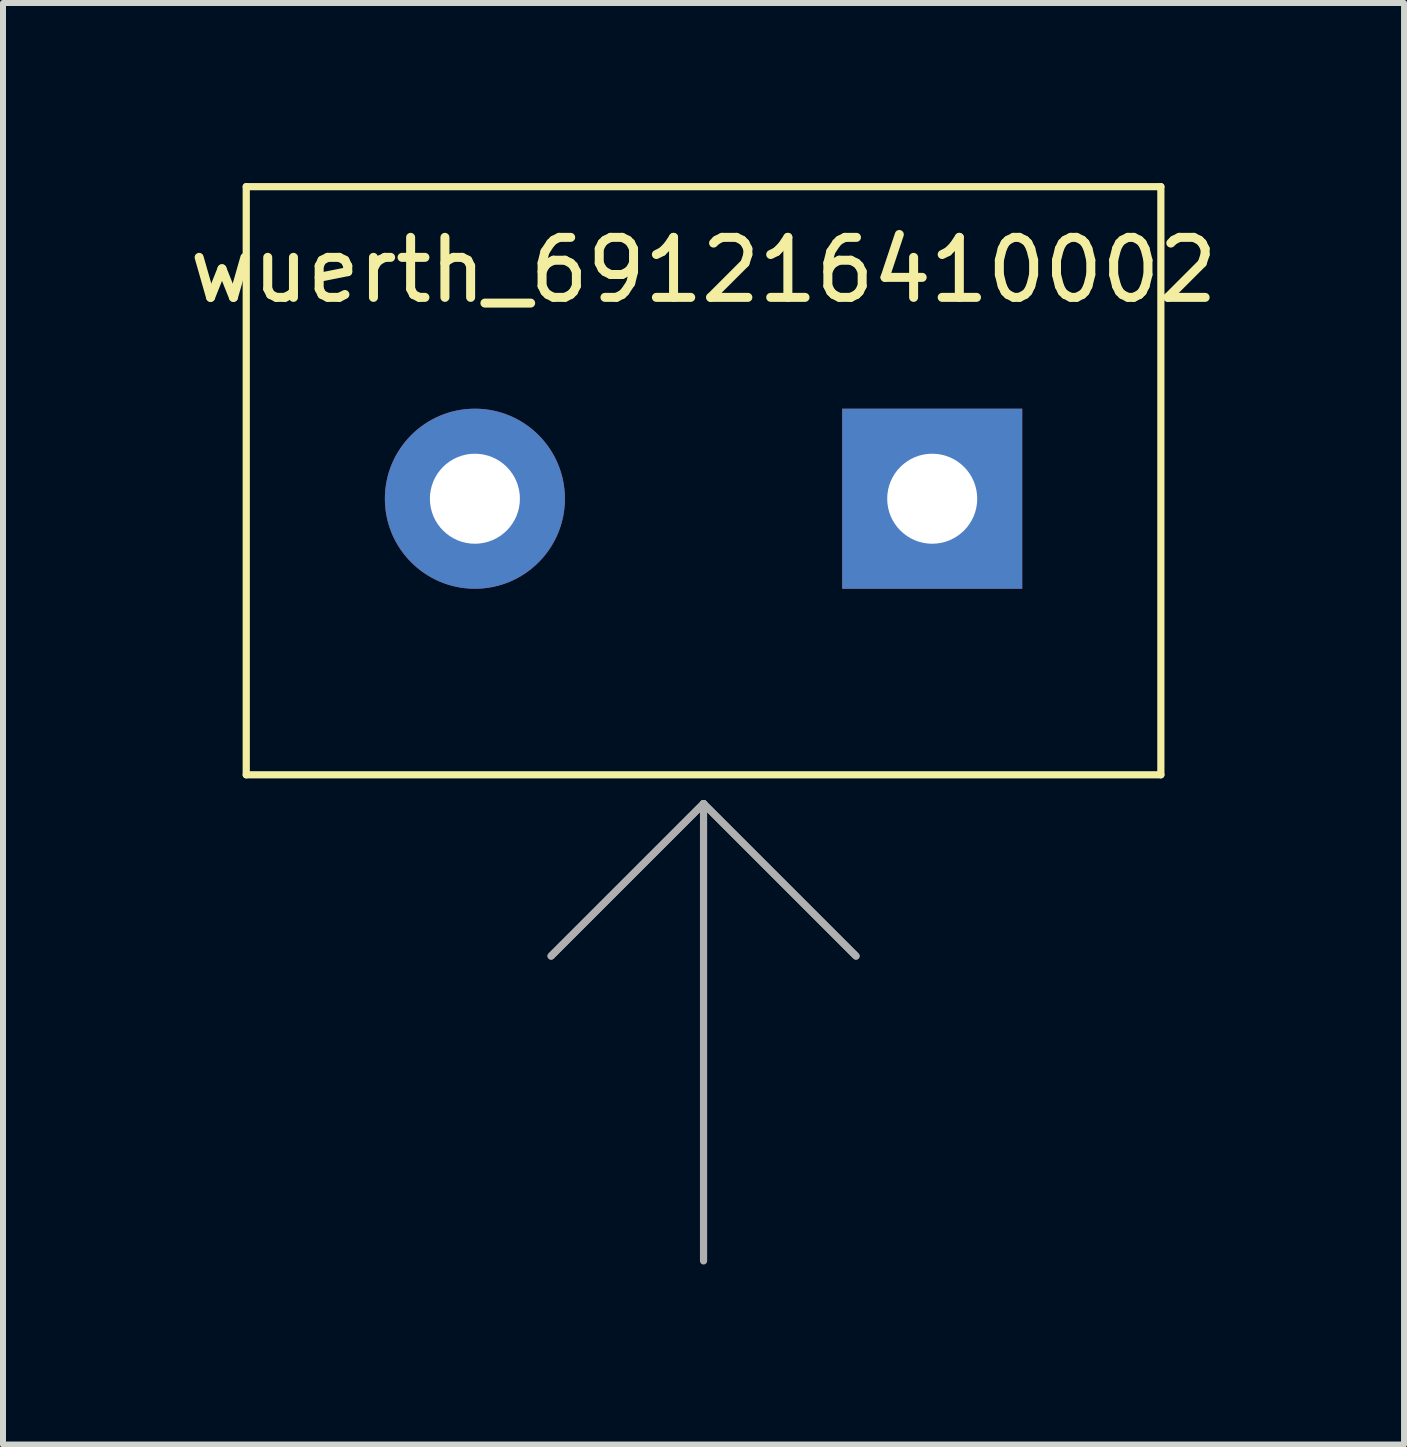
<source format=kicad_pcb>
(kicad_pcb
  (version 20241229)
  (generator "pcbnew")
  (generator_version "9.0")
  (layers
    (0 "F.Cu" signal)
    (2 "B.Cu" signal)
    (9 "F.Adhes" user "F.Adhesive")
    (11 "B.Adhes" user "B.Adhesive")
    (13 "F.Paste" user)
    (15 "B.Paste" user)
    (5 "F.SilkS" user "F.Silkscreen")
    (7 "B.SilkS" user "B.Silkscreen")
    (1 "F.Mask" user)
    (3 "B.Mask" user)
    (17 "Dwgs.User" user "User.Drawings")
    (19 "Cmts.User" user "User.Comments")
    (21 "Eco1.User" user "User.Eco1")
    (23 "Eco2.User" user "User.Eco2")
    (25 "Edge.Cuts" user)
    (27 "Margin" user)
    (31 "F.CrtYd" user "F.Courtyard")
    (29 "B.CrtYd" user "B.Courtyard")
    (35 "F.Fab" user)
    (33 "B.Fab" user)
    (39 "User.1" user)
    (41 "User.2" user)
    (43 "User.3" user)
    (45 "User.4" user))
  (footprint "wuerth_691216410002"
    (layer "F.Cu")
    (at 8.673 5.26)
    (property "Reference" "wuerth_691216410002" (at 0 -3.81 0) (layer "F.SilkS") (effects (font (size 1 1) (thickness 0.15))))
    (attr through_hole)
    (fp_line (start -7.62 -5.2) (end -7.62 4.6) (stroke (width 0.12) (type solid)) (layer "F.SilkS"))
    (fp_line (start -7.62 -5.2) (end 7.62 -5.2) (stroke (width 0.12) (type solid)) (layer "F.SilkS"))
    (fp_line (start -7.62 4.6) (end 7.62 4.6) (stroke (width 0.12) (type solid)) (layer "F.SilkS"))
    (fp_line (start 7.62 -5.2) (end 7.62 4.6) (stroke (width 0.12) (type solid)) (layer "F.SilkS"))
    (fp_line (start -2.54 7.62) (end 0 5.08) (stroke (width 0.12) (type solid)) (layer "F.Fab"))
    (fp_line (start 0 5.08) (end -2.54 7.62) (stroke (width 0.12) (type solid)) (layer "F.Fab"))
    (fp_line (start 0 5.08) (end 0 12.7) (stroke (width 0.12) (type solid)) (layer "F.Fab"))
    (fp_line (start 0 5.08) (end 2.54 7.62) (stroke (width 0.12) (type solid)) (layer "F.Fab"))
    (fp_line (start 2.54 7.62) (end 0 5.08) (stroke (width 0.12) (type solid)) (layer "F.Fab"))
    (pad "1" thru_hole rect (at 3.81 0) (size 3 3) (drill 1.5) (layers "*.Cu" "*.Mask"))
    (pad "2" thru_hole circle (at -3.81 0) (size 3 3) (drill 1.5) (layers "*.Cu" "*.Mask")))
  (gr_rect
    (start -3 -3)
    (end 20.345 21.02)
    (stroke (width 0.1) (type default))
    (fill no)
    (layer "Edge.Cuts")))
</source>
